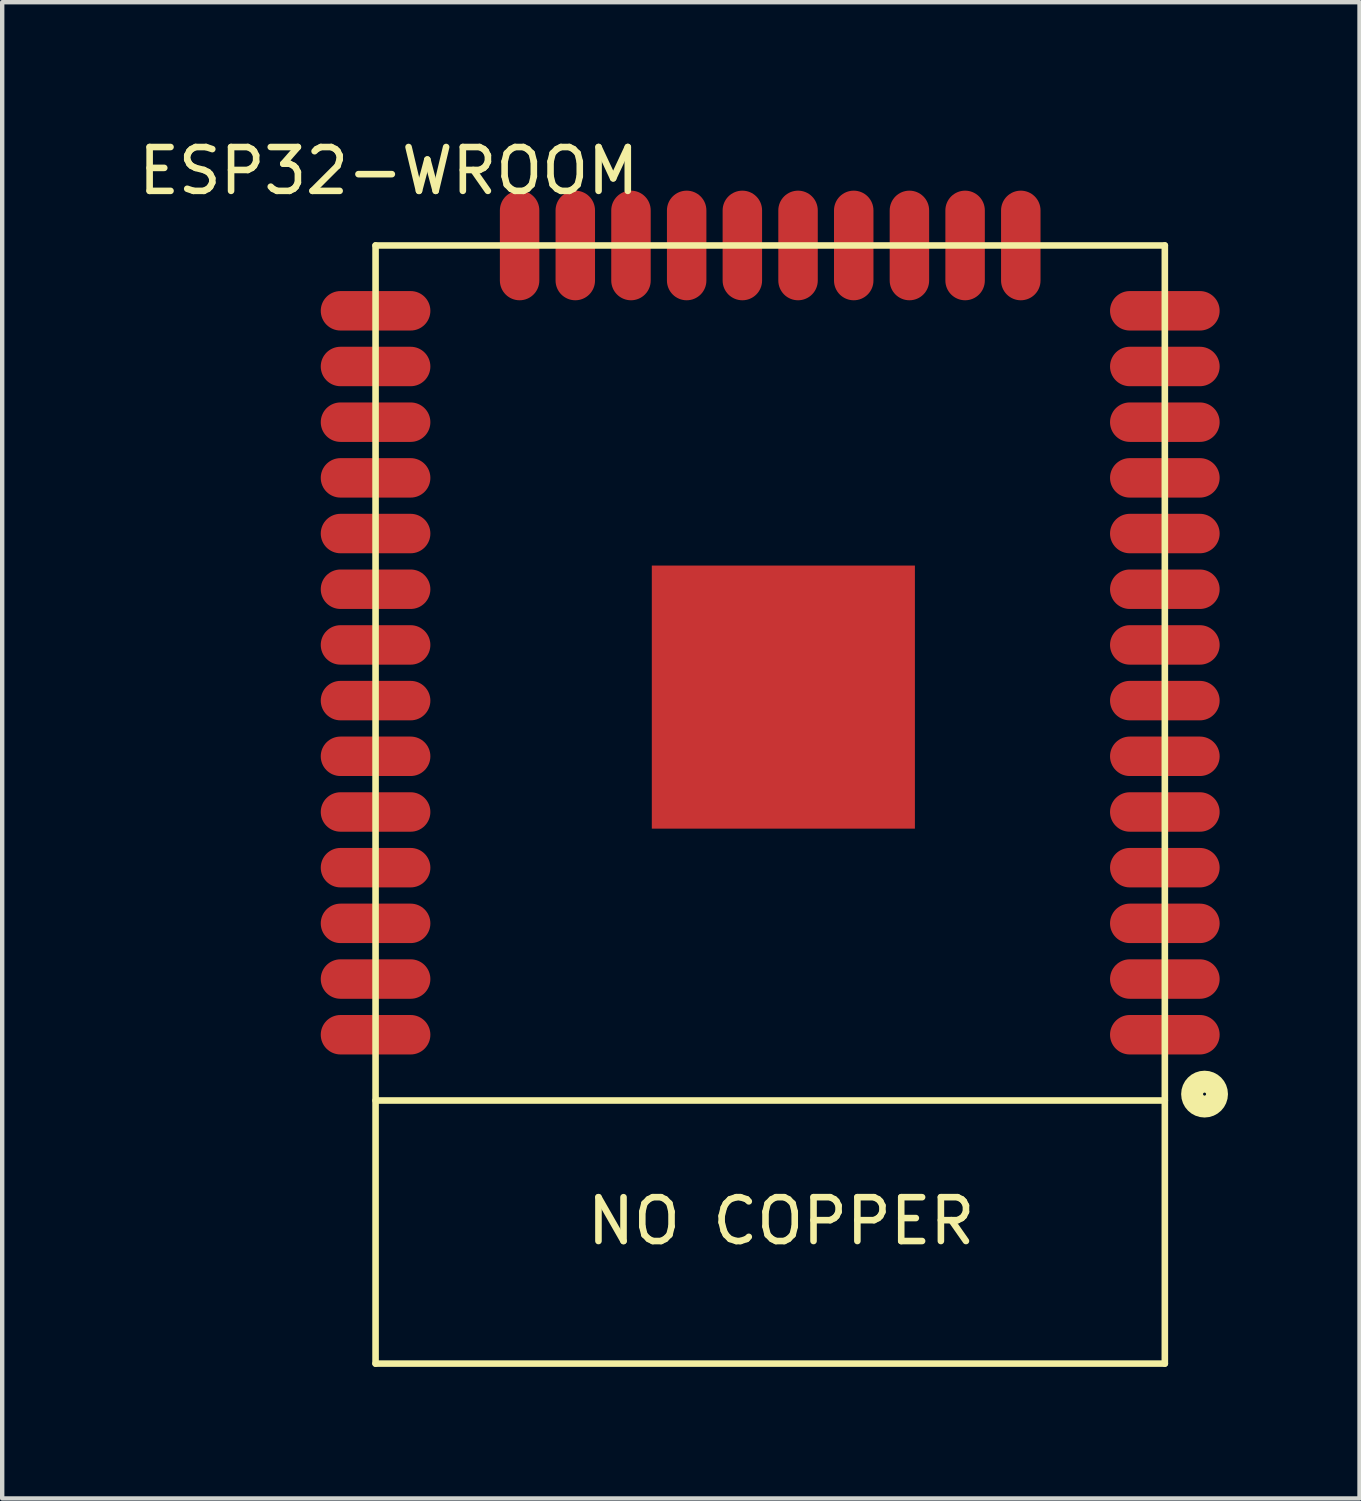
<source format=kicad_pcb>
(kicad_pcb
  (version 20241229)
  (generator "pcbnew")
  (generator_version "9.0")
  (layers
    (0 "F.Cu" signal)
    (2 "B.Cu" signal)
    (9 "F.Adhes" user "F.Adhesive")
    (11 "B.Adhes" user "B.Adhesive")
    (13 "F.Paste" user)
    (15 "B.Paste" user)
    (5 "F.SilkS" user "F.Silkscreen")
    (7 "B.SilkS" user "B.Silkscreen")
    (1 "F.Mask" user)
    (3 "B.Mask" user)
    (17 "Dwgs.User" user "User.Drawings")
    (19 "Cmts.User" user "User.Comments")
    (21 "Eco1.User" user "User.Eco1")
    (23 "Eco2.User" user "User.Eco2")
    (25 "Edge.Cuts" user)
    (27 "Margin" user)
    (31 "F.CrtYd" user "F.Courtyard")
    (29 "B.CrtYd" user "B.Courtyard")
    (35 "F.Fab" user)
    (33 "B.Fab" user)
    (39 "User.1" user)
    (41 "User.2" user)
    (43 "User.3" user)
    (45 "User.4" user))
  (footprint "ESP32-WROOM"
    (layer "F.Cu")
    (at 14.815 12.848)
    (property "Reference" "ESP32-WROOM" (at -9 -12 0) (layer "F.SilkS") (effects (font (size 1 1) (thickness 0.15))))
    (attr through_hole)
    (fp_line (start -9.3 -10.3) (end 8.7 -10.3) (stroke (width 0.15) (type solid)) (layer "F.SilkS"))
    (fp_line (start -9.3 9.2) (end 8.7 9.2) (stroke (width 0.15) (type solid)) (layer "F.SilkS"))
    (fp_line (start -9.3 15.2) (end -9.3 -10.3) (stroke (width 0.15) (type solid)) (layer "F.SilkS"))
    (fp_line (start -9.3 15.2) (end 8.7 15.2) (stroke (width 0.15) (type solid)) (layer "F.SilkS"))
    (fp_line (start 8.7 15.2) (end 8.7 -10.3) (stroke (width 0.15) (type solid)) (layer "F.SilkS"))
    (fp_circle (center 9.606 9.054) (end 9.733 9.308) (stroke (width 0.5) (type solid)) (fill no) (layer "F.SilkS"))
    (fp_text user "NO COPPER" (at -0.05 11.95 0) (layer "F.SilkS") (effects (font (size 1 1) (thickness 0.15))))
    (pad "1" smd oval (at 8.7 7.7) (size 2.5 0.9) (layers "F.Cu" "F.Mask" "F.Paste"))
    (pad "2" smd oval (at 8.7 6.43) (size 2.5 0.9) (layers "F.Cu" "F.Mask" "F.Paste"))
    (pad "3" smd oval (at 8.7 5.16) (size 2.5 0.9) (layers "F.Cu" "F.Mask" "F.Paste"))
    (pad "4" smd oval (at 8.7 3.89) (size 2.5 0.9) (layers "F.Cu" "F.Mask" "F.Paste"))
    (pad "5" smd oval (at 8.7 2.62) (size 2.5 0.9) (layers "F.Cu" "F.Mask" "F.Paste"))
    (pad "6" smd oval (at 8.7 1.35) (size 2.5 0.9) (layers "F.Cu" "F.Mask" "F.Paste"))
    (pad "7" smd oval (at 8.7 0.08) (size 2.5 0.9) (layers "F.Cu" "F.Mask" "F.Paste"))
    (pad "8" smd oval (at 8.7 -1.19) (size 2.5 0.9) (layers "F.Cu" "F.Mask" "F.Paste"))
    (pad "9" smd oval (at 8.7 -2.46) (size 2.5 0.9) (layers "F.Cu" "F.Mask" "F.Paste"))
    (pad "10" smd oval (at 8.7 -3.73) (size 2.5 0.9) (layers "F.Cu" "F.Mask" "F.Paste"))
    (pad "11" smd oval (at 8.7 -5) (size 2.5 0.9) (layers "F.Cu" "F.Mask" "F.Paste"))
    (pad "12" smd oval (at 8.7 -6.27) (size 2.5 0.9) (layers "F.Cu" "F.Mask" "F.Paste"))
    (pad "13" smd oval (at 8.7 -7.54) (size 2.5 0.9) (layers "F.Cu" "F.Mask" "F.Paste"))
    (pad "14" smd oval (at 8.7 -8.81) (size 2.5 0.9) (layers "F.Cu" "F.Mask" "F.Paste"))
    (pad "15" smd oval (at 5.415 -10.3) (size 0.9 2.5) (layers "F.Cu" "F.Mask" "F.Paste"))
    (pad "16" smd oval (at 4.145 -10.3) (size 0.9 2.5) (layers "F.Cu" "F.Mask" "F.Paste"))
    (pad "17" smd oval (at 2.875 -10.3) (size 0.9 2.5) (layers "F.Cu" "F.Mask" "F.Paste"))
    (pad "18" smd oval (at 1.605 -10.3) (size 0.9 2.5) (layers "F.Cu" "F.Mask" "F.Paste"))
    (pad "19" smd oval (at 0.335 -10.3) (size 0.9 2.5) (layers "F.Cu" "F.Mask" "F.Paste"))
    (pad "20" smd oval (at -0.935 -10.3) (size 0.9 2.5) (layers "F.Cu" "F.Mask" "F.Paste"))
    (pad "21" smd oval (at -2.205 -10.3) (size 0.9 2.5) (layers "F.Cu" "F.Mask" "F.Paste"))
    (pad "22" smd oval (at -3.475 -10.3) (size 0.9 2.5) (layers "F.Cu" "F.Mask" "F.Paste"))
    (pad "23" smd oval (at -4.745 -10.3) (size 0.9 2.5) (layers "F.Cu" "F.Mask" "F.Paste"))
    (pad "24" smd oval (at -6.015 -10.3) (size 0.9 2.5) (layers "F.Cu" "F.Mask" "F.Paste"))
    (pad "25" smd oval (at -9.3 -8.81) (size 2.5 0.9) (layers "F.Cu" "F.Mask" "F.Paste"))
    (pad "26" smd oval (at -9.3 -7.54) (size 2.5 0.9) (layers "F.Cu" "F.Mask" "F.Paste"))
    (pad "27" smd oval (at -9.3 -6.27) (size 2.5 0.9) (layers "F.Cu" "F.Mask" "F.Paste"))
    (pad "28" smd oval (at -9.3 -5) (size 2.5 0.9) (layers "F.Cu" "F.Mask" "F.Paste"))
    (pad "29" smd oval (at -9.3 -3.73) (size 2.5 0.9) (layers "F.Cu" "F.Mask" "F.Paste"))
    (pad "30" smd oval (at -9.3 -2.46) (size 2.5 0.9) (layers "F.Cu" "F.Mask" "F.Paste"))
    (pad "31" smd oval (at -9.3 -1.19) (size 2.5 0.9) (layers "F.Cu" "F.Mask" "F.Paste"))
    (pad "32" smd oval (at -9.3 0.08) (size 2.5 0.9) (layers "F.Cu" "F.Mask" "F.Paste"))
    (pad "33" smd oval (at -9.3 1.35) (size 2.5 0.9) (layers "F.Cu" "F.Mask" "F.Paste"))
    (pad "34" smd oval (at -9.3 2.62) (size 2.5 0.9) (layers "F.Cu" "F.Mask" "F.Paste"))
    (pad "35" smd oval (at -9.3 3.89) (size 2.5 0.9) (layers "F.Cu" "F.Mask" "F.Paste"))
    (pad "36" smd oval (at -9.3 5.16) (size 2.5 0.9) (layers "F.Cu" "F.Mask" "F.Paste"))
    (pad "37" smd oval (at -9.3 6.43) (size 2.5 0.9) (layers "F.Cu" "F.Mask" "F.Paste"))
    (pad "38" smd oval (at -9.3 7.7) (size 2.5 0.9) (layers "F.Cu" "F.Mask" "F.Paste"))
    (pad "39" smd rect (at 0 0) (size 6 6) (layers "F.Cu" "F.Mask" "F.Paste")))
  (gr_rect
    (start -3 -3)
    (end 27.955 31.123)
    (stroke (width 0.1) (type default))
    (fill no)
    (layer "Edge.Cuts")))
</source>
